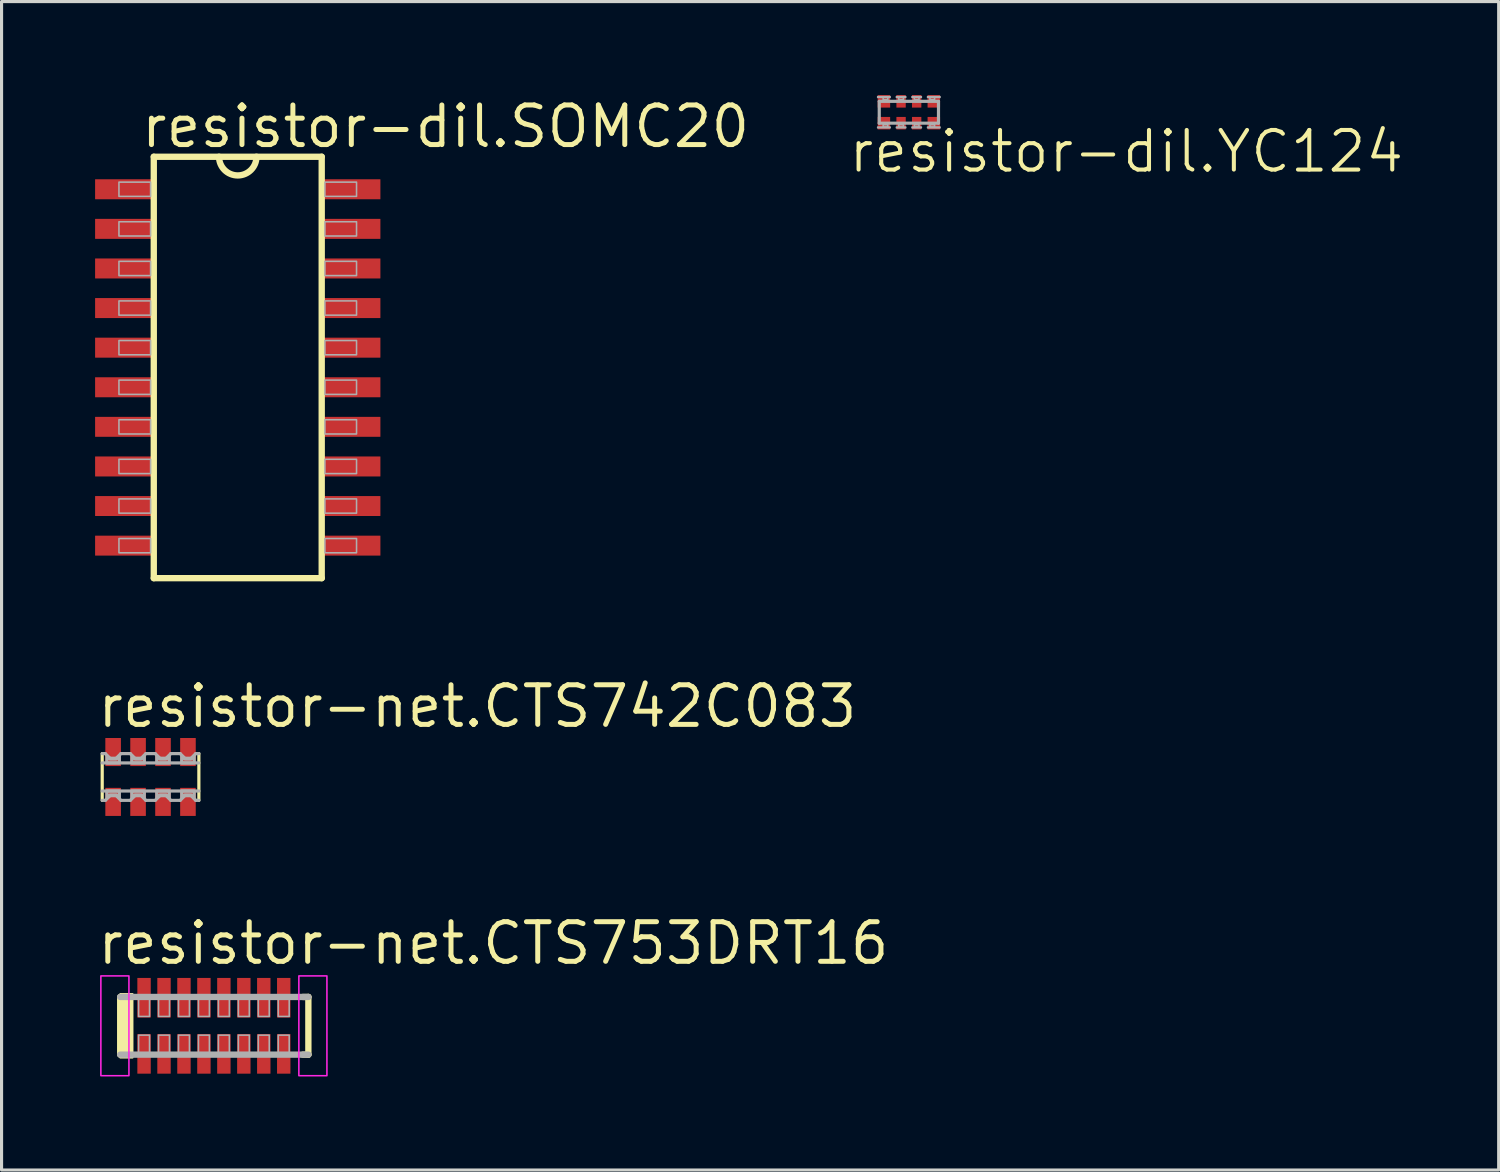
<source format=kicad_pcb>
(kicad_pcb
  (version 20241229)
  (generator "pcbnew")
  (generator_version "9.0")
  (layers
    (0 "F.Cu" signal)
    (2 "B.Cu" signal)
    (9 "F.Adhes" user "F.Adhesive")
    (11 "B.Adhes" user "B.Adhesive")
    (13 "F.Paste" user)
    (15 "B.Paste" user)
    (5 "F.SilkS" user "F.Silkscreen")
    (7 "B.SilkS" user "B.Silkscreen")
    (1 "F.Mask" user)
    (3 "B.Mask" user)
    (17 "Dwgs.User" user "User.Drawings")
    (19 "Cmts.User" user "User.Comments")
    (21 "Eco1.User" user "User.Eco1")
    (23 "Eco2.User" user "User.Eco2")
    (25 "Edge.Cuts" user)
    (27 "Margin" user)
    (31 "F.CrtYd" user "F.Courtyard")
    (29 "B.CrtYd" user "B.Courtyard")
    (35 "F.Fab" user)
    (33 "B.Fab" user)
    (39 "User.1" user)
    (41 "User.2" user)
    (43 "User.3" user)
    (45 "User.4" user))
  (footprint "resistor-net.CTS742C083"
    (layer "F.Cu")
    (at 1.778 21.869)
    (property "Reference" "resistor-net.CTS742C083" (at -1.778 -1.524 0) (layer "F.SilkS") (effects (font (size 1.27 1.27) (thickness 0.16)) (justify left bottom)))
    (attr smd)
    (fp_rect (start -1.5 -0.3) (end -0.9 -1.3) (stroke (width 0.05) (type default)) (fill yes) (layer "F.Mask"))
    (fp_rect (start -1.5 1.3) (end -0.9 0.3) (stroke (width 0.05) (type default)) (fill yes) (layer "F.Mask"))
    (fp_rect (start -0.7 -0.3) (end -0.1 -1.3) (stroke (width 0.05) (type default)) (fill yes) (layer "F.Mask"))
    (fp_rect (start -0.7 1.3) (end -0.1 0.3) (stroke (width 0.05) (type default)) (fill yes) (layer "F.Mask"))
    (fp_rect (start 0.1 -0.3) (end 0.7 -1.3) (stroke (width 0.05) (type default)) (fill yes) (layer "F.Mask"))
    (fp_rect (start 0.1 1.3) (end 0.7 0.3) (stroke (width 0.05) (type default)) (fill yes) (layer "F.Mask"))
    (fp_rect (start 0.9 -0.3) (end 1.5 -1.3) (stroke (width 0.05) (type default)) (fill yes) (layer "F.Mask"))
    (fp_rect (start 0.9 1.3) (end 1.5 0.3) (stroke (width 0.05) (type default)) (fill yes) (layer "F.Mask"))
    (fp_line (start -1.55 0.75) (end -1.55 -0.75) (stroke (width 0.102) (type default)) (layer "F.SilkS"))
    (fp_line (start 1.55 -0.75) (end 1.55 0.75) (stroke (width 0.102) (type default)) (layer "F.SilkS"))
    (fp_line (start -1.55 -0.75) (end -1.45 -0.75) (stroke (width 0.102) (type default)) (layer "F.Fab"))
    (fp_line (start -1.55 -0.45) (end 1.55 -0.45) (stroke (width 0.102) (type default)) (layer "F.Fab"))
    (fp_line (start -1.45 -0.75) (end -1.3 -0.6) (stroke (width 0.102) (type default)) (layer "F.Fab"))
    (fp_line (start -1.45 0.75) (end -1.55 0.75) (stroke (width 0.102) (type default)) (layer "F.Fab"))
    (fp_line (start -1.3 -0.6) (end -1.1 -0.6) (stroke (width 0.102) (type default)) (layer "F.Fab"))
    (fp_line (start -1.3 0.6) (end -1.45 0.75) (stroke (width 0.102) (type default)) (layer "F.Fab"))
    (fp_line (start -1.1 -0.6) (end -0.95 -0.75) (stroke (width 0.102) (type default)) (layer "F.Fab"))
    (fp_line (start -1.1 0.6) (end -1.3 0.6) (stroke (width 0.102) (type default)) (layer "F.Fab"))
    (fp_line (start -0.95 -0.75) (end -0.65 -0.75) (stroke (width 0.102) (type default)) (layer "F.Fab"))
    (fp_line (start -0.95 0.75) (end -1.1 0.6) (stroke (width 0.102) (type default)) (layer "F.Fab"))
    (fp_line (start -0.65 -0.75) (end -0.5 -0.6) (stroke (width 0.102) (type default)) (layer "F.Fab"))
    (fp_line (start -0.65 0.75) (end -0.95 0.75) (stroke (width 0.102) (type default)) (layer "F.Fab"))
    (fp_line (start -0.5 -0.6) (end -0.3 -0.6) (stroke (width 0.102) (type default)) (layer "F.Fab"))
    (fp_line (start -0.5 0.6) (end -0.65 0.75) (stroke (width 0.102) (type default)) (layer "F.Fab"))
    (fp_line (start -0.3 -0.6) (end -0.15 -0.75) (stroke (width 0.102) (type default)) (layer "F.Fab"))
    (fp_line (start -0.3 0.6) (end -0.5 0.6) (stroke (width 0.102) (type default)) (layer "F.Fab"))
    (fp_line (start -0.15 -0.75) (end 0.15 -0.75) (stroke (width 0.102) (type default)) (layer "F.Fab"))
    (fp_line (start -0.15 0.75) (end -0.3 0.6) (stroke (width 0.102) (type default)) (layer "F.Fab"))
    (fp_line (start 0.15 -0.75) (end 0.3 -0.6) (stroke (width 0.102) (type default)) (layer "F.Fab"))
    (fp_line (start 0.15 0.75) (end -0.15 0.75) (stroke (width 0.102) (type default)) (layer "F.Fab"))
    (fp_line (start 0.3 -0.6) (end 0.5 -0.6) (stroke (width 0.102) (type default)) (layer "F.Fab"))
    (fp_line (start 0.3 0.6) (end 0.15 0.75) (stroke (width 0.102) (type default)) (layer "F.Fab"))
    (fp_line (start 0.5 -0.6) (end 0.65 -0.75) (stroke (width 0.102) (type default)) (layer "F.Fab"))
    (fp_line (start 0.5 0.6) (end 0.3 0.6) (stroke (width 0.102) (type default)) (layer "F.Fab"))
    (fp_line (start 0.65 -0.75) (end 0.95 -0.75) (stroke (width 0.102) (type default)) (layer "F.Fab"))
    (fp_line (start 0.65 0.75) (end 0.5 0.6) (stroke (width 0.102) (type default)) (layer "F.Fab"))
    (fp_line (start 0.95 -0.75) (end 1.1 -0.6) (stroke (width 0.102) (type default)) (layer "F.Fab"))
    (fp_line (start 0.95 0.75) (end 0.65 0.75) (stroke (width 0.102) (type default)) (layer "F.Fab"))
    (fp_line (start 1.1 -0.6) (end 1.3 -0.6) (stroke (width 0.102) (type default)) (layer "F.Fab"))
    (fp_line (start 1.1 0.6) (end 0.95 0.75) (stroke (width 0.102) (type default)) (layer "F.Fab"))
    (fp_line (start 1.3 -0.6) (end 1.45 -0.75) (stroke (width 0.102) (type default)) (layer "F.Fab"))
    (fp_line (start 1.3 0.6) (end 1.1 0.6) (stroke (width 0.102) (type default)) (layer "F.Fab"))
    (fp_line (start 1.45 -0.75) (end 1.55 -0.75) (stroke (width 0.102) (type default)) (layer "F.Fab"))
    (fp_line (start 1.45 0.75) (end 1.3 0.6) (stroke (width 0.102) (type default)) (layer "F.Fab"))
    (fp_line (start 1.55 0.45) (end -1.55 0.45) (stroke (width 0.102) (type default)) (layer "F.Fab"))
    (fp_line (start 1.55 0.75) (end 1.45 0.75) (stroke (width 0.102) (type default)) (layer "F.Fab"))
    (fp_poly (pts (xy -1.4 0.675) (xy -1.4 0.45) (xy -1 0.45) (xy -1 0.675) (xy -1.1 0.575) (xy -1.3 0.575)) (stroke (width 0.102) (type default)) (fill no) (layer "F.Fab"))
    (fp_poly (pts (xy -1 -0.675) (xy -1 -0.45) (xy -1.4 -0.45) (xy -1.4 -0.675) (xy -1.3 -0.575) (xy -1.1 -0.575)) (stroke (width 0.102) (type default)) (fill no) (layer "F.Fab"))
    (fp_poly (pts (xy -0.6 0.675) (xy -0.6 0.45) (xy -0.2 0.45) (xy -0.2 0.675) (xy -0.3 0.575) (xy -0.5 0.575)) (stroke (width 0.102) (type default)) (fill no) (layer "F.Fab"))
    (fp_poly (pts (xy -0.2 -0.675) (xy -0.2 -0.45) (xy -0.6 -0.45) (xy -0.6 -0.675) (xy -0.5 -0.575) (xy -0.3 -0.575)) (stroke (width 0.102) (type default)) (fill no) (layer "F.Fab"))
    (fp_poly (pts (xy 0.2 0.675) (xy 0.2 0.45) (xy 0.6 0.45) (xy 0.6 0.675) (xy 0.5 0.575) (xy 0.3 0.575)) (stroke (width 0.102) (type default)) (fill no) (layer "F.Fab"))
    (fp_poly (pts (xy 0.6 -0.675) (xy 0.6 -0.45) (xy 0.2 -0.45) (xy 0.2 -0.675) (xy 0.3 -0.575) (xy 0.5 -0.575)) (stroke (width 0.102) (type default)) (fill no) (layer "F.Fab"))
    (fp_poly (pts (xy 1 0.675) (xy 1 0.45) (xy 1.4 0.45) (xy 1.4 0.675) (xy 1.3 0.575) (xy 1.1 0.575)) (stroke (width 0.102) (type default)) (fill no) (layer "F.Fab"))
    (fp_poly (pts (xy 1.4 -0.675) (xy 1.4 -0.45) (xy 1 -0.45) (xy 1 -0.675) (xy 1.1 -0.575) (xy 1.3 -0.575)) (stroke (width 0.102) (type default)) (fill no) (layer "F.Fab"))
    (pad "1" smd roundrect (at -1.2 0.8) (size 0.5 0.9) (layers "F.Cu" "F.Mask" "F.Paste") (roundrect_rratio 0.01))
    (pad "2" smd roundrect (at -0.4 0.8) (size 0.5 0.9) (layers "F.Cu" "F.Mask" "F.Paste") (roundrect_rratio 0.01))
    (pad "3" smd roundrect (at 0.4 0.8) (size 0.5 0.9) (layers "F.Cu" "F.Mask" "F.Paste") (roundrect_rratio 0.01))
    (pad "4" smd roundrect (at 1.2 0.8) (size 0.5 0.9) (layers "F.Cu" "F.Mask" "F.Paste") (roundrect_rratio 0.01))
    (pad "5" smd roundrect (at 1.2 -0.8) (size 0.5 0.9) (layers "F.Cu" "F.Mask" "F.Paste") (roundrect_rratio 0.01))
    (pad "6" smd roundrect (at 0.4 -0.8) (size 0.5 0.9) (layers "F.Cu" "F.Mask" "F.Paste") (roundrect_rratio 0.01))
    (pad "7" smd roundrect (at -0.4 -0.8) (size 0.5 0.9) (layers "F.Cu" "F.Mask" "F.Paste") (roundrect_rratio 0.01))
    (pad "8" smd roundrect (at -1.2 -0.8) (size 0.5 0.9) (layers "F.Cu" "F.Mask" "F.Paste") (roundrect_rratio 0.01)))
  (footprint "resistor-net.CTS753DRT16"
    (layer "F.Cu")
    (at 3.81 29.849)
    (property "Reference" "resistor-net.CTS753DRT16" (at -3.81 -1.905 0) (layer "F.SilkS") (effects (font (size 1.27 1.27) (thickness 0.16)) (justify left bottom)))
    (attr smd)
    (fp_line (start -3.005 0.925) (end -3.005 -0.925) (stroke (width 0.203) (type default)) (layer "F.SilkS"))
    (fp_line (start 2.855 -0.925) (end 3.03 -0.925) (stroke (width 0.203) (type default)) (layer "F.SilkS"))
    (fp_line (start 3.03 -0.925) (end 3.03 0.925) (stroke (width 0.203) (type default)) (layer "F.SilkS"))
    (fp_line (start 3.03 0.925) (end 2.855 0.925) (stroke (width 0.203) (type default)) (layer "F.SilkS"))
    (fp_rect (start -3.005 1.025) (end -2.605 -1.025) (stroke (width 0.05) (type default)) (fill yes) (layer "F.SilkS"))
    (fp_rect (start -3.625 1.6) (end -2.725 -1.6) (stroke (width 0.05) (type default)) (fill no) (layer "F.CrtYd"))
    (fp_rect (start 2.725 1.6) (end 3.625 -1.6) (stroke (width 0.05) (type default)) (fill no) (layer "F.CrtYd"))
    (fp_line (start -3.005 -0.925) (end 3.03 -0.925) (stroke (width 0.203) (type default)) (layer "F.Fab"))
    (fp_line (start 3.03 0.925) (end -3.005 0.925) (stroke (width 0.203) (type default)) (layer "F.Fab"))
    (fp_rect (start -2.415 -0.3) (end -2.065 -0.9) (stroke (width 0.05) (type default)) (fill no) (layer "F.Fab"))
    (fp_rect (start -2.415 0.9) (end -2.065 0.3) (stroke (width 0.05) (type default)) (fill no) (layer "F.Fab"))
    (fp_rect (start -1.775 -0.3) (end -1.425 -0.9) (stroke (width 0.05) (type default)) (fill no) (layer "F.Fab"))
    (fp_rect (start -1.775 0.9) (end -1.425 0.3) (stroke (width 0.05) (type default)) (fill no) (layer "F.Fab"))
    (fp_rect (start -1.135 -0.3) (end -0.785 -0.9) (stroke (width 0.05) (type default)) (fill no) (layer "F.Fab"))
    (fp_rect (start -1.135 0.9) (end -0.785 0.3) (stroke (width 0.05) (type default)) (fill no) (layer "F.Fab"))
    (fp_rect (start -0.495 -0.3) (end -0.145 -0.9) (stroke (width 0.05) (type default)) (fill no) (layer "F.Fab"))
    (fp_rect (start -0.495 0.9) (end -0.145 0.3) (stroke (width 0.05) (type default)) (fill no) (layer "F.Fab"))
    (fp_rect (start 0.145 -0.3) (end 0.495 -0.9) (stroke (width 0.05) (type default)) (fill no) (layer "F.Fab"))
    (fp_rect (start 0.145 0.9) (end 0.495 0.3) (stroke (width 0.05) (type default)) (fill no) (layer "F.Fab"))
    (fp_rect (start 0.785 -0.3) (end 1.135 -0.9) (stroke (width 0.05) (type default)) (fill no) (layer "F.Fab"))
    (fp_rect (start 0.785 0.9) (end 1.135 0.3) (stroke (width 0.05) (type default)) (fill no) (layer "F.Fab"))
    (fp_rect (start 1.425 -0.3) (end 1.775 -0.9) (stroke (width 0.05) (type default)) (fill no) (layer "F.Fab"))
    (fp_rect (start 1.425 0.9) (end 1.775 0.3) (stroke (width 0.05) (type default)) (fill no) (layer "F.Fab"))
    (fp_rect (start 2.065 -0.3) (end 2.415 -0.9) (stroke (width 0.05) (type default)) (fill no) (layer "F.Fab"))
    (fp_rect (start 2.065 0.9) (end 2.415 0.3) (stroke (width 0.05) (type default)) (fill no) (layer "F.Fab"))
    (pad "1" smd roundrect (at -2.24 0.9) (size 0.43 1.27) (layers "F.Cu" "F.Mask" "F.Paste") (roundrect_rratio 0.01))
    (pad "2" smd roundrect (at -1.6 0.9) (size 0.43 1.27) (layers "F.Cu" "F.Mask" "F.Paste") (roundrect_rratio 0.01))
    (pad "3" smd roundrect (at -0.96 0.9) (size 0.43 1.27) (layers "F.Cu" "F.Mask" "F.Paste") (roundrect_rratio 0.01))
    (pad "4" smd roundrect (at -0.32 0.9) (size 0.43 1.27) (layers "F.Cu" "F.Mask" "F.Paste") (roundrect_rratio 0.01))
    (pad "5" smd roundrect (at 0.32 0.9) (size 0.43 1.27) (layers "F.Cu" "F.Mask" "F.Paste") (roundrect_rratio 0.01))
    (pad "6" smd roundrect (at 0.96 0.9) (size 0.43 1.27) (layers "F.Cu" "F.Mask" "F.Paste") (roundrect_rratio 0.01))
    (pad "7" smd roundrect (at 1.6 0.9) (size 0.43 1.27) (layers "F.Cu" "F.Mask" "F.Paste") (roundrect_rratio 0.01))
    (pad "8" smd roundrect (at 2.24 0.9) (size 0.43 1.27) (layers "F.Cu" "F.Mask" "F.Paste") (roundrect_rratio 0.01))
    (pad "9" smd roundrect (at 2.24 -0.9 180) (size 0.43 1.27) (layers "F.Cu" "F.Mask" "F.Paste") (roundrect_rratio 0.01))
    (pad "10" smd roundrect (at 1.6 -0.9 180) (size 0.43 1.27) (layers "F.Cu" "F.Mask" "F.Paste") (roundrect_rratio 0.01))
    (pad "11" smd roundrect (at 0.96 -0.9 180) (size 0.43 1.27) (layers "F.Cu" "F.Mask" "F.Paste") (roundrect_rratio 0.01))
    (pad "12" smd roundrect (at 0.32 -0.9 180) (size 0.43 1.27) (layers "F.Cu" "F.Mask" "F.Paste") (roundrect_rratio 0.01))
    (pad "13" smd roundrect (at -0.32 -0.9 180) (size 0.43 1.27) (layers "F.Cu" "F.Mask" "F.Paste") (roundrect_rratio 0.01))
    (pad "14" smd roundrect (at -0.96 -0.9 180) (size 0.43 1.27) (layers "F.Cu" "F.Mask" "F.Paste") (roundrect_rratio 0.01))
    (pad "15" smd roundrect (at -1.6 -0.9 180) (size 0.43 1.27) (layers "F.Cu" "F.Mask" "F.Paste") (roundrect_rratio 0.01))
    (pad "16" smd roundrect (at -2.24 -0.9 180) (size 0.43 1.27) (layers "F.Cu" "F.Mask" "F.Paste") (roundrect_rratio 0.01)))
  (footprint "resistor-dil.YC124"
    (layer "F.Cu")
    (at 26.099 0.55)
    (property "Reference" "resistor-dil.YC124" (at -2 2 0) (layer "F.SilkS") (effects (font (size 1.27 1.27) (thickness 0.13)) (justify left bottom)))
    (attr smd)
    (fp_line (start -0.95 -0.35) (end 0.95 -0.35) (stroke (width 0.102) (type default)) (layer "F.Fab"))
    (fp_line (start -0.95 0.35) (end -0.95 -0.35) (stroke (width 0.102) (type default)) (layer "F.Fab"))
    (fp_line (start 0.95 -0.35) (end 0.95 0.35) (stroke (width 0.102) (type default)) (layer "F.Fab"))
    (fp_line (start 0.95 0.35) (end -0.95 0.35) (stroke (width 0.102) (type default)) (layer "F.Fab"))
    (fp_rect (start -1 -0.475) (end -0.6 -0.5) (stroke (width 0.05) (type default)) (fill no) (layer "F.Fab"))
    (fp_rect (start -1 0.5) (end -0.6 0.475) (stroke (width 0.05) (type default)) (fill no) (layer "F.Fab"))
    (fp_rect (start -0.825 -0.4) (end -0.675 -0.475) (stroke (width 0.05) (type default)) (fill no) (layer "F.Fab"))
    (fp_rect (start -0.825 0.475) (end -0.675 0.4) (stroke (width 0.05) (type default)) (fill no) (layer "F.Fab"))
    (fp_rect (start -0.4 -0.475) (end -0.1 -0.5) (stroke (width 0.05) (type default)) (fill no) (layer "F.Fab"))
    (fp_rect (start -0.4 0.5) (end -0.1 0.475) (stroke (width 0.05) (type default)) (fill no) (layer "F.Fab"))
    (fp_rect (start -0.325 -0.4) (end -0.175 -0.475) (stroke (width 0.05) (type default)) (fill no) (layer "F.Fab"))
    (fp_rect (start -0.325 0.475) (end -0.175 0.4) (stroke (width 0.05) (type default)) (fill no) (layer "F.Fab"))
    (fp_rect (start 0.1 -0.475) (end 0.4 -0.5) (stroke (width 0.05) (type default)) (fill no) (layer "F.Fab"))
    (fp_rect (start 0.1 0.5) (end 0.4 0.475) (stroke (width 0.05) (type default)) (fill no) (layer "F.Fab"))
    (fp_rect (start 0.175 -0.4) (end 0.325 -0.475) (stroke (width 0.05) (type default)) (fill no) (layer "F.Fab"))
    (fp_rect (start 0.175 0.475) (end 0.325 0.4) (stroke (width 0.05) (type default)) (fill no) (layer "F.Fab"))
    (fp_rect (start 0.6 -0.475) (end 1 -0.5) (stroke (width 0.05) (type default)) (fill no) (layer "F.Fab"))
    (fp_rect (start 0.6 0.5) (end 1 0.475) (stroke (width 0.05) (type default)) (fill no) (layer "F.Fab"))
    (fp_rect (start 0.675 -0.4) (end 0.825 -0.475) (stroke (width 0.05) (type default)) (fill no) (layer "F.Fab"))
    (fp_rect (start 0.675 0.475) (end 0.825 0.4) (stroke (width 0.05) (type default)) (fill no) (layer "F.Fab"))
    (pad "1" smd roundrect (at -0.8 0.35) (size 0.4 0.4) (layers "F.Cu" "F.Mask" "F.Paste") (roundrect_rratio 0.01))
    (pad "2" smd roundrect (at -0.25 0.35) (size 0.3 0.4) (layers "F.Cu" "F.Mask" "F.Paste") (roundrect_rratio 0.01))
    (pad "3" smd roundrect (at 0.25 0.35) (size 0.3 0.4) (layers "F.Cu" "F.Mask" "F.Paste") (roundrect_rratio 0.01))
    (pad "4" smd roundrect (at 0.8 0.35) (size 0.4 0.4) (layers "F.Cu" "F.Mask" "F.Paste") (roundrect_rratio 0.01))
    (pad "5" smd roundrect (at 0.8 -0.35) (size 0.4 0.4) (layers "F.Cu" "F.Mask" "F.Paste") (roundrect_rratio 0.01))
    (pad "6" smd roundrect (at 0.25 -0.35) (size 0.3 0.4) (layers "F.Cu" "F.Mask" "F.Paste") (roundrect_rratio 0.01))
    (pad "7" smd roundrect (at -0.25 -0.35) (size 0.3 0.4) (layers "F.Cu" "F.Mask" "F.Paste") (roundrect_rratio 0.01))
    (pad "8" smd roundrect (at -0.8 -0.35) (size 0.4 0.4) (layers "F.Cu" "F.Mask" "F.Paste") (roundrect_rratio 0.01)))
  (footprint "resistor-dil.SOMC20"
    (layer "F.Cu")
    (at 4.575 8.735)
    (property "Reference" "resistor-dil.SOMC20" (at -3.175 -6.985 0) (layer "F.SilkS") (effects (font (size 1.27 1.27) (thickness 0.16)) (justify left bottom)))
    (attr smd)
    (fp_line (start -2.693 -6.758) (end -2.693 6.758) (stroke (width 0.203) (type default)) (layer "F.SilkS"))
    (fp_line (start -2.693 6.758) (end 2.693 6.758) (stroke (width 0.203) (type default)) (layer "F.SilkS"))
    (fp_line (start 2.693 -6.758) (end -2.693 -6.758) (stroke (width 0.203) (type default)) (layer "F.SilkS"))
    (fp_line (start 2.693 6.758) (end 2.693 -6.758) (stroke (width 0.203) (type default)) (layer "F.SilkS"))
    (fp_arc (start 0.6 -6.7584) (mid 0 -6.1584) (end -0.6 -6.7584) (stroke (width 0.2032) (type default)) (layer "F.SilkS"))
    (fp_rect (start -3.81 -5.487) (end -2.795 -5.944) (stroke (width 0.05) (type default)) (fill no) (layer "F.Fab"))
    (fp_rect (start -3.81 -4.216) (end -2.795 -4.673) (stroke (width 0.05) (type default)) (fill no) (layer "F.Fab"))
    (fp_rect (start -3.81 -2.946) (end -2.795 -3.404) (stroke (width 0.05) (type default)) (fill no) (layer "F.Fab"))
    (fp_rect (start -3.81 -1.677) (end -2.795 -2.134) (stroke (width 0.05) (type default)) (fill no) (layer "F.Fab"))
    (fp_rect (start -3.81 -0.406) (end -2.795 -0.864) (stroke (width 0.05) (type default)) (fill no) (layer "F.Fab"))
    (fp_rect (start -3.81 0.864) (end -2.795 0.406) (stroke (width 0.05) (type default)) (fill no) (layer "F.Fab"))
    (fp_rect (start -3.81 2.134) (end -2.795 1.677) (stroke (width 0.05) (type default)) (fill no) (layer "F.Fab"))
    (fp_rect (start -3.81 3.404) (end -2.795 2.946) (stroke (width 0.05) (type default)) (fill no) (layer "F.Fab"))
    (fp_rect (start -3.81 4.673) (end -2.795 4.216) (stroke (width 0.05) (type default)) (fill no) (layer "F.Fab"))
    (fp_rect (start -3.81 5.944) (end -2.795 5.487) (stroke (width 0.05) (type default)) (fill no) (layer "F.Fab"))
    (fp_rect (start 2.795 -5.487) (end 3.81 -5.944) (stroke (width 0.05) (type default)) (fill no) (layer "F.Fab"))
    (fp_rect (start 2.795 -4.216) (end 3.81 -4.673) (stroke (width 0.05) (type default)) (fill no) (layer "F.Fab"))
    (fp_rect (start 2.795 -2.946) (end 3.81 -3.404) (stroke (width 0.05) (type default)) (fill no) (layer "F.Fab"))
    (fp_rect (start 2.795 -1.677) (end 3.81 -2.134) (stroke (width 0.05) (type default)) (fill no) (layer "F.Fab"))
    (fp_rect (start 2.795 -0.406) (end 3.81 -0.864) (stroke (width 0.05) (type default)) (fill no) (layer "F.Fab"))
    (fp_rect (start 2.795 0.864) (end 3.81 0.406) (stroke (width 0.05) (type default)) (fill no) (layer "F.Fab"))
    (fp_rect (start 2.795 2.134) (end 3.81 1.677) (stroke (width 0.05) (type default)) (fill no) (layer "F.Fab"))
    (fp_rect (start 2.795 3.404) (end 3.81 2.946) (stroke (width 0.05) (type default)) (fill no) (layer "F.Fab"))
    (fp_rect (start 2.795 4.673) (end 3.81 4.216) (stroke (width 0.05) (type default)) (fill no) (layer "F.Fab"))
    (fp_rect (start 2.795 5.944) (end 3.81 5.487) (stroke (width 0.05) (type default)) (fill no) (layer "F.Fab"))
    (pad "1" smd roundrect (at -3.62 -5.715) (size 1.91 0.64) (layers "F.Cu" "F.Mask" "F.Paste") (roundrect_rratio 0.01))
    (pad "2" smd roundrect (at -3.62 -4.445) (size 1.91 0.64) (layers "F.Cu" "F.Mask" "F.Paste") (roundrect_rratio 0.01))
    (pad "3" smd roundrect (at -3.62 -3.175) (size 1.91 0.64) (layers "F.Cu" "F.Mask" "F.Paste") (roundrect_rratio 0.01))
    (pad "4" smd roundrect (at -3.62 -1.905) (size 1.91 0.64) (layers "F.Cu" "F.Mask" "F.Paste") (roundrect_rratio 0.01))
    (pad "5" smd roundrect (at -3.62 -0.635) (size 1.91 0.64) (layers "F.Cu" "F.Mask" "F.Paste") (roundrect_rratio 0.01))
    (pad "6" smd roundrect (at -3.62 0.635) (size 1.91 0.64) (layers "F.Cu" "F.Mask" "F.Paste") (roundrect_rratio 0.01))
    (pad "7" smd roundrect (at -3.62 1.905) (size 1.91 0.64) (layers "F.Cu" "F.Mask" "F.Paste") (roundrect_rratio 0.01))
    (pad "8" smd roundrect (at -3.62 3.175 180) (size 1.91 0.64) (layers "F.Cu" "F.Mask" "F.Paste") (roundrect_rratio 0.01))
    (pad "9" smd roundrect (at -3.62 4.445 180) (size 1.91 0.64) (layers "F.Cu" "F.Mask" "F.Paste") (roundrect_rratio 0.01))
    (pad "10" smd roundrect (at -3.62 5.715 180) (size 1.91 0.64) (layers "F.Cu" "F.Mask" "F.Paste") (roundrect_rratio 0.01))
    (pad "11" smd roundrect (at 3.62 5.715) (size 1.91 0.64) (layers "F.Cu" "F.Mask" "F.Paste") (roundrect_rratio 0.01))
    (pad "12" smd roundrect (at 3.62 4.445) (size 1.91 0.64) (layers "F.Cu" "F.Mask" "F.Paste") (roundrect_rratio 0.01))
    (pad "13" smd roundrect (at 3.62 3.175) (size 1.91 0.64) (layers "F.Cu" "F.Mask" "F.Paste") (roundrect_rratio 0.01))
    (pad "14" smd roundrect (at 3.62 1.905) (size 1.91 0.64) (layers "F.Cu" "F.Mask" "F.Paste") (roundrect_rratio 0.01))
    (pad "15" smd roundrect (at 3.62 0.635) (size 1.91 0.64) (layers "F.Cu" "F.Mask" "F.Paste") (roundrect_rratio 0.01))
    (pad "16" smd roundrect (at 3.62 -0.635) (size 1.91 0.64) (layers "F.Cu" "F.Mask" "F.Paste") (roundrect_rratio 0.01))
    (pad "17" smd roundrect (at 3.62 -1.905) (size 1.91 0.64) (layers "F.Cu" "F.Mask" "F.Paste") (roundrect_rratio 0.01))
    (pad "18" smd roundrect (at 3.62 -3.175) (size 1.91 0.64) (layers "F.Cu" "F.Mask" "F.Paste") (roundrect_rratio 0.01))
    (pad "19" smd roundrect (at 3.62 -4.445) (size 1.91 0.64) (layers "F.Cu" "F.Mask" "F.Paste") (roundrect_rratio 0.01))
    (pad "20" smd roundrect (at 3.62 -5.715) (size 1.91 0.64) (layers "F.Cu" "F.Mask" "F.Paste") (roundrect_rratio 0.01)))
  (gr_rect
    (start -3 -3)
    (end 45.015 34.474)
    (stroke (width 0.1) (type default))
    (fill no)
    (layer "Edge.Cuts")))
</source>
